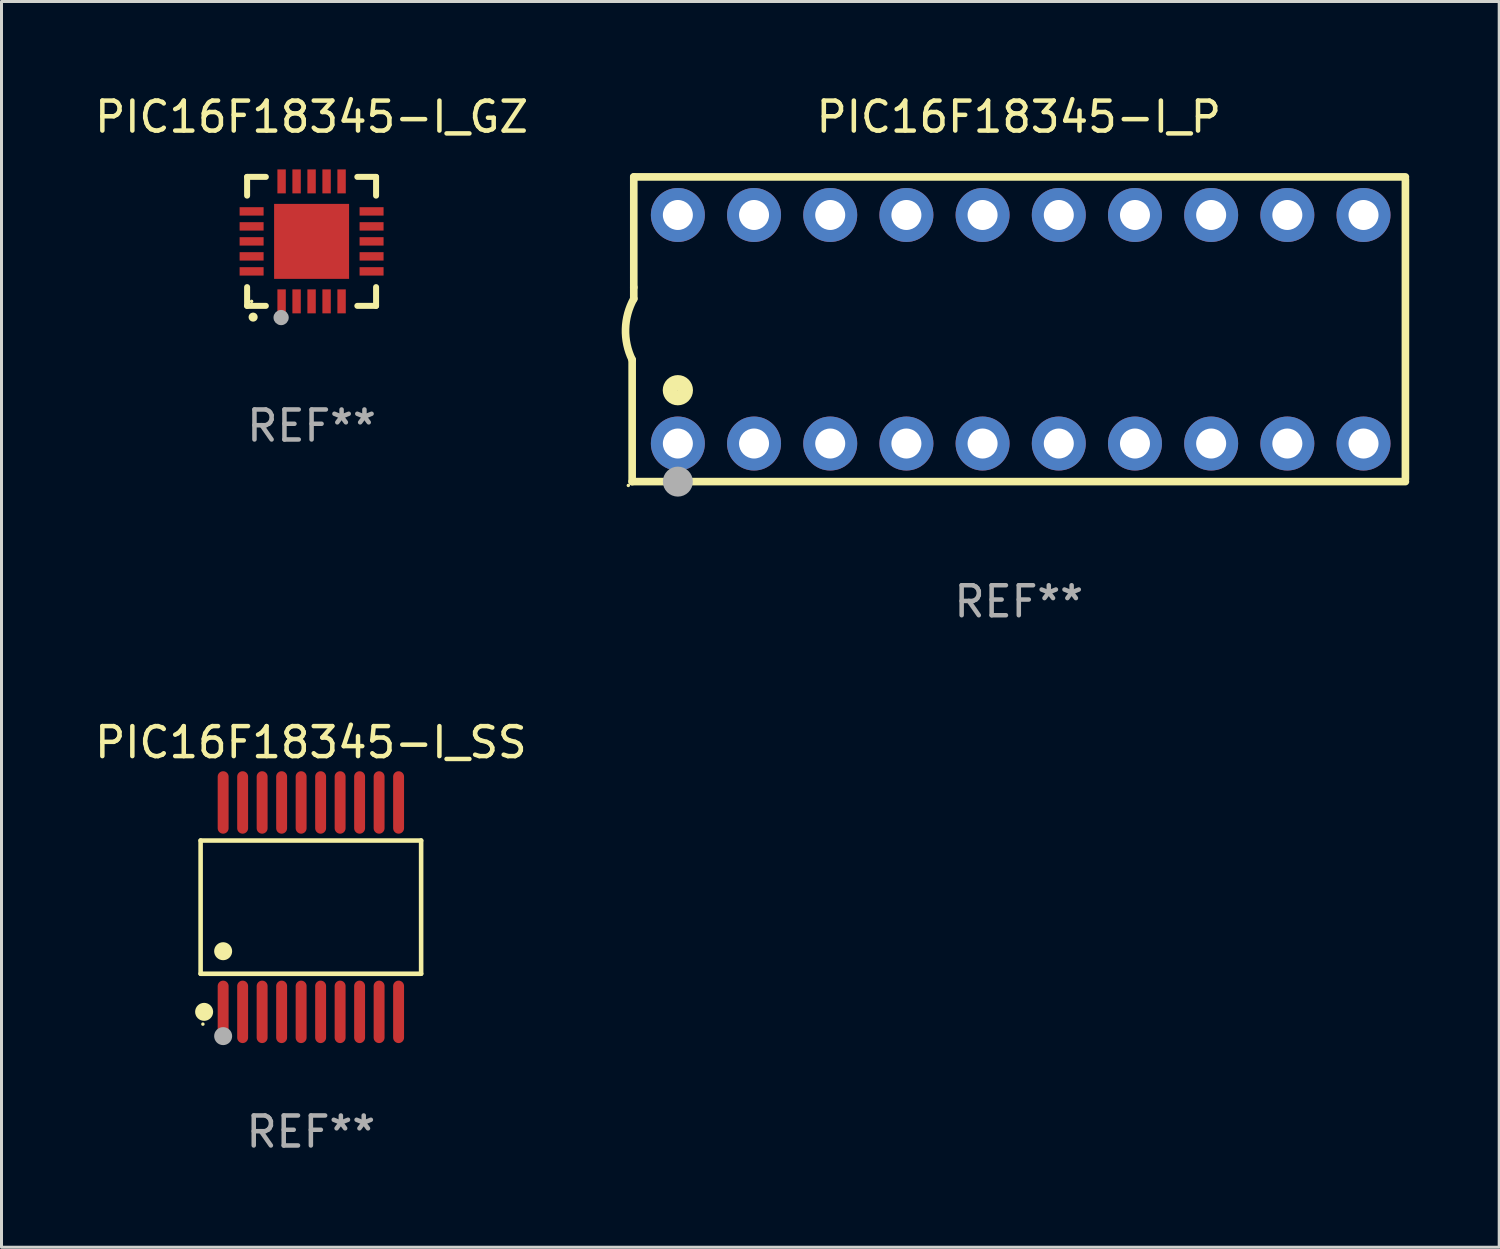
<source format=kicad_pcb>
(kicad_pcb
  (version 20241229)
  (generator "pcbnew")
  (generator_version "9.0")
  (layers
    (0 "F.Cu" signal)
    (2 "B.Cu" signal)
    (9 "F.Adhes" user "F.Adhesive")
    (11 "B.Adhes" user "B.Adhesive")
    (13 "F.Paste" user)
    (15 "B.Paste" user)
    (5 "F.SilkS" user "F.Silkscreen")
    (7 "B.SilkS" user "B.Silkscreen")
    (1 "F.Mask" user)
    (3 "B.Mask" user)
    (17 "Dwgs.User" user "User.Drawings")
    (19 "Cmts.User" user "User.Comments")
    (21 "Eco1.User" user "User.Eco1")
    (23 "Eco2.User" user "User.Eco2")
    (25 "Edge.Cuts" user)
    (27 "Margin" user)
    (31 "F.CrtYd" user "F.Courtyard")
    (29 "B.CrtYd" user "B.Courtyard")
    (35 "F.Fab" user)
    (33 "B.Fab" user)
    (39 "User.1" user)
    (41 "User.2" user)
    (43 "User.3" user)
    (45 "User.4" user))
  (footprint "PIC16F18345-I_GZ"
    (layer "F.Cu")
    (at 7.339 4.998)
    (property "Reference" "PIC16F18345-I_GZ" (at 0 -4.15 0) (layer "F.SilkS") (effects (font (size 1 1) (thickness 0.15))))
    (attr through_hole)
    (fp_line (start -2.15 -2.15) (end -2.15 -1.525) (stroke (width 0.2) (type solid)) (layer "F.SilkS"))
    (fp_line (start -2.15 2.15) (end -2.15 1.525) (stroke (width 0.2) (type solid)) (layer "F.SilkS"))
    (fp_line (start -1.525 -2.15) (end -2.15 -2.15) (stroke (width 0.2) (type solid)) (layer "F.SilkS"))
    (fp_line (start -1.525 2.15) (end -2.15 2.15) (stroke (width 0.2) (type solid)) (layer "F.SilkS"))
    (fp_line (start 1.525 2.15) (end 2.15 2.15) (stroke (width 0.2) (type solid)) (layer "F.SilkS"))
    (fp_line (start 2.15 -2.15) (end 1.525 -2.15) (stroke (width 0.2) (type solid)) (layer "F.SilkS"))
    (fp_line (start 2.15 -1.525) (end 2.15 -2.15) (stroke (width 0.2) (type solid)) (layer "F.SilkS"))
    (fp_line (start 2.15 2.15) (end 2.15 1.525) (stroke (width 0.2) (type solid)) (layer "F.SilkS"))
    (fp_arc (start -1.950724 2.524765) (mid -1.949454 2.52476) (end -1.948184 2.524765) (stroke (width 0.3) (type solid)) (layer "F.SilkS"))
    (fp_circle (center -2 2) (end -1.97 2) (stroke (width 0.06) (type solid)) (fill no) (layer "F.SilkS"))
    (fp_circle (center -1.016 2.54) (end -0.889 2.54) (stroke (width 0.254) (type solid)) (fill no) (layer "F.Fab"))
    (fp_text user "REF**" (at 0 6.15 0) (layer "F.Fab") (effects (font (size 1 1) (thickness 0.15))))
    (pad "1" smd rect (at -1 2) (size 0.28 0.8) (layers "F.Cu" "F.Mask" "F.Paste"))
    (pad "2" smd rect (at -0.5 2) (size 0.28 0.8) (layers "F.Cu" "F.Mask" "F.Paste"))
    (pad "3" smd rect (at 0 2) (size 0.28 0.8) (layers "F.Cu" "F.Mask" "F.Paste"))
    (pad "4" smd rect (at 0.5 2) (size 0.28 0.8) (layers "F.Cu" "F.Mask" "F.Paste"))
    (pad "5" smd rect (at 1 2) (size 0.28 0.8) (layers "F.Cu" "F.Mask" "F.Paste"))
    (pad "6" smd rect (at 2 1) (size 0.8 0.28) (layers "F.Cu" "F.Mask" "F.Paste"))
    (pad "7" smd rect (at 2 0.5) (size 0.8 0.28) (layers "F.Cu" "F.Mask" "F.Paste"))
    (pad "8" smd rect (at 2 0) (size 0.8 0.28) (layers "F.Cu" "F.Mask" "F.Paste"))
    (pad "9" smd rect (at 2 -0.5) (size 0.8 0.28) (layers "F.Cu" "F.Mask" "F.Paste"))
    (pad "10" smd rect (at 2 -1) (size 0.8 0.28) (layers "F.Cu" "F.Mask" "F.Paste"))
    (pad "11" smd rect (at 1 -2) (size 0.28 0.8) (layers "F.Cu" "F.Mask" "F.Paste"))
    (pad "12" smd rect (at 0.5 -2) (size 0.28 0.8) (layers "F.Cu" "F.Mask" "F.Paste"))
    (pad "13" smd rect (at 0 -2) (size 0.28 0.8) (layers "F.Cu" "F.Mask" "F.Paste"))
    (pad "14" smd rect (at -0.5 -2) (size 0.28 0.8) (layers "F.Cu" "F.Mask" "F.Paste"))
    (pad "15" smd rect (at -1 -2) (size 0.28 0.8) (layers "F.Cu" "F.Mask" "F.Paste"))
    (pad "16" smd rect (at -2 -1) (size 0.8 0.28) (layers "F.Cu" "F.Mask" "F.Paste"))
    (pad "17" smd rect (at -2 -0.5) (size 0.8 0.28) (layers "F.Cu" "F.Mask" "F.Paste"))
    (pad "18" smd rect (at -2 0) (size 0.8 0.28) (layers "F.Cu" "F.Mask" "F.Paste"))
    (pad "19" smd rect (at -2 0.5) (size 0.8 0.28) (layers "F.Cu" "F.Mask" "F.Paste"))
    (pad "20" smd rect (at -2 1) (size 0.8 0.28) (layers "F.Cu" "F.Mask" "F.Paste"))
    (pad "21" smd rect (at 0 0) (size 2.5 2.5) (layers "F.Cu" "F.Mask" "F.Paste")))
  (footprint "PIC16F18345-I_P"
    (layer "F.Cu")
    (at 30.918 7.928)
    (property "Reference" "PIC16F18345-I_P" (at 0 -7.08 0) (layer "F.SilkS") (effects (font (size 1 1) (thickness 0.15))))
    (attr through_hole)
    (fp_line (start -12.891 5.08) (end -12.891 1.016) (stroke (width 0.254) (type solid)) (layer "F.SilkS"))
    (fp_line (start -12.891 5.08) (end 12.891 5.08) (stroke (width 0.254) (type solid)) (layer "F.SilkS"))
    (fp_line (start -12.837 -5.08) (end -12.837 -1.397) (stroke (width 0.254) (type solid)) (layer "F.SilkS"))
    (fp_line (start -12.837 -5.08) (end 12.891 -5.08) (stroke (width 0.254) (type solid)) (layer "F.SilkS"))
    (fp_line (start -12.837 -1.397) (end -12.837 -1.016) (stroke (width 0.254) (type solid)) (layer "F.SilkS"))
    (fp_line (start 12.891 -5) (end 12.891 5) (stroke (width 0.254) (type solid)) (layer "F.SilkS"))
    (fp_arc (start -12.890526 1.016002) (mid -13.111945 -0.006602) (end -12.836525 -1.016002) (stroke (width 0.254001) (type solid)) (layer "F.SilkS"))
    (fp_circle (center -13.018 5.207) (end -12.988 5.207) (stroke (width 0.06) (type solid)) (fill no) (layer "F.SilkS"))
    (fp_circle (center -11.367 2.032) (end -11.113 2.032) (stroke (width 0.5) (type solid)) (fill no) (layer "F.SilkS"))
    (fp_circle (center -11.367 5.08) (end -11.117 5.08) (stroke (width 0.5) (type solid)) (fill no) (layer "F.Fab"))
    (fp_text user "REF**" (at 0 9.08 0) (layer "F.Fab") (effects (font (size 1 1) (thickness 0.15))))
    (pad "1" thru_hole circle (at -11.367 3.81) (size 1.8 1.8) (drill 1) (layers "*.Cu" "*.Mask"))
    (pad "2" thru_hole circle (at -8.827 3.81) (size 1.8 1.8) (drill 1) (layers "*.Cu" "*.Mask"))
    (pad "3" thru_hole circle (at -6.287 3.81) (size 1.8 1.8) (drill 1) (layers "*.Cu" "*.Mask"))
    (pad "4" thru_hole circle (at -3.747 3.81) (size 1.8 1.8) (drill 1) (layers "*.Cu" "*.Mask"))
    (pad "5" thru_hole circle (at -1.207 3.81) (size 1.8 1.8) (drill 1) (layers "*.Cu" "*.Mask"))
    (pad "6" thru_hole circle (at 1.334 3.81) (size 1.8 1.8) (drill 1) (layers "*.Cu" "*.Mask"))
    (pad "7" thru_hole circle (at 3.874 3.81) (size 1.8 1.8) (drill 1) (layers "*.Cu" "*.Mask"))
    (pad "8" thru_hole circle (at 6.414 3.81) (size 1.8 1.8) (drill 1) (layers "*.Cu" "*.Mask"))
    (pad "9" thru_hole circle (at 8.954 3.81) (size 1.8 1.8) (drill 1) (layers "*.Cu" "*.Mask"))
    (pad "10" thru_hole circle (at 11.494 3.81) (size 1.8 1.8) (drill 1) (layers "*.Cu" "*.Mask"))
    (pad "11" thru_hole circle (at 11.494 -3.81) (size 1.8 1.8) (drill 1) (layers "*.Cu" "*.Mask"))
    (pad "12" thru_hole circle (at 8.954 -3.81) (size 1.8 1.8) (drill 1) (layers "*.Cu" "*.Mask"))
    (pad "13" thru_hole circle (at 6.414 -3.81) (size 1.8 1.8) (drill 1) (layers "*.Cu" "*.Mask"))
    (pad "14" thru_hole circle (at 3.874 -3.81) (size 1.8 1.8) (drill 1) (layers "*.Cu" "*.Mask"))
    (pad "15" thru_hole circle (at 1.334 -3.81) (size 1.8 1.8) (drill 1) (layers "*.Cu" "*.Mask"))
    (pad "16" thru_hole circle (at -1.207 -3.81) (size 1.8 1.8) (drill 1) (layers "*.Cu" "*.Mask"))
    (pad "17" thru_hole circle (at -3.747 -3.81) (size 1.8 1.8) (drill 1) (layers "*.Cu" "*.Mask"))
    (pad "18" thru_hole circle (at -6.287 -3.81) (size 1.8 1.8) (drill 1) (layers "*.Cu" "*.Mask"))
    (pad "19" thru_hole circle (at -8.827 -3.81) (size 1.8 1.8) (drill 1) (layers "*.Cu" "*.Mask"))
    (pad "20" thru_hole circle (at -11.367 -3.81) (size 1.8 1.8) (drill 1) (layers "*.Cu" "*.Mask")))
  (footprint "PIC16F18345-I_SS"
    (layer "F.Cu")
    (at 7.315 27.196)
    (property "Reference" "PIC16F18345-I_SS" (at 0 -5.491 0) (layer "F.SilkS") (effects (font (size 1 1) (thickness 0.15))))
    (attr through_hole)
    (fp_line (start -3.676 -2.221) (end 3.676 -2.221) (stroke (width 0.152) (type solid)) (layer "F.SilkS"))
    (fp_line (start -3.676 2.221) (end -3.676 -2.221) (stroke (width 0.152) (type solid)) (layer "F.SilkS"))
    (fp_line (start 3.676 -2.221) (end 3.676 2.221) (stroke (width 0.152) (type solid)) (layer "F.SilkS"))
    (fp_line (start 3.676 2.221) (end -3.676 2.221) (stroke (width 0.152) (type solid)) (layer "F.SilkS"))
    (fp_circle (center -3.6 3.9) (end -3.57 3.9) (stroke (width 0.06) (type solid)) (fill no) (layer "F.SilkS"))
    (fp_circle (center -3.559 3.491) (end -3.409 3.491) (stroke (width 0.3) (type solid)) (fill no) (layer "F.SilkS"))
    (fp_circle (center -2.925 1.469) (end -2.775 1.469) (stroke (width 0.3) (type solid)) (fill no) (layer "F.SilkS"))
    (fp_circle (center -2.925 4.3) (end -2.775 4.3) (stroke (width 0.3) (type solid)) (fill no) (layer "F.Fab"))
    (fp_text user "REF**" (at 0 7.491 0) (layer "F.Fab") (effects (font (size 1 1) (thickness 0.15))))
    (pad "1" smd oval (at -2.925 3.491) (size 0.364 2.082) (layers "F.Cu" "F.Mask" "F.Paste"))
    (pad "2" smd oval (at -2.275 3.491) (size 0.364 2.082) (layers "F.Cu" "F.Mask" "F.Paste"))
    (pad "3" smd oval (at -1.625 3.491) (size 0.364 2.082) (layers "F.Cu" "F.Mask" "F.Paste"))
    (pad "4" smd oval (at -0.975 3.491) (size 0.364 2.082) (layers "F.Cu" "F.Mask" "F.Paste"))
    (pad "5" smd oval (at -0.325 3.491) (size 0.364 2.082) (layers "F.Cu" "F.Mask" "F.Paste"))
    (pad "6" smd oval (at 0.325 3.491) (size 0.364 2.082) (layers "F.Cu" "F.Mask" "F.Paste"))
    (pad "7" smd oval (at 0.975 3.491) (size 0.364 2.082) (layers "F.Cu" "F.Mask" "F.Paste"))
    (pad "8" smd oval (at 1.625 3.491) (size 0.364 2.082) (layers "F.Cu" "F.Mask" "F.Paste"))
    (pad "9" smd oval (at 2.275 3.491) (size 0.364 2.082) (layers "F.Cu" "F.Mask" "F.Paste"))
    (pad "10" smd oval (at 2.925 3.491) (size 0.364 2.082) (layers "F.Cu" "F.Mask" "F.Paste"))
    (pad "11" smd oval (at 2.925 -3.491) (size 0.364 2.082) (layers "F.Cu" "F.Mask" "F.Paste"))
    (pad "12" smd oval (at 2.275 -3.491) (size 0.364 2.082) (layers "F.Cu" "F.Mask" "F.Paste"))
    (pad "13" smd oval (at 1.625 -3.491) (size 0.364 2.082) (layers "F.Cu" "F.Mask" "F.Paste"))
    (pad "14" smd oval (at 0.975 -3.491) (size 0.364 2.082) (layers "F.Cu" "F.Mask" "F.Paste"))
    (pad "15" smd oval (at 0.325 -3.491) (size 0.364 2.082) (layers "F.Cu" "F.Mask" "F.Paste"))
    (pad "16" smd oval (at -0.325 -3.491) (size 0.364 2.082) (layers "F.Cu" "F.Mask" "F.Paste"))
    (pad "17" smd oval (at -0.975 -3.491) (size 0.364 2.082) (layers "F.Cu" "F.Mask" "F.Paste"))
    (pad "18" smd oval (at -1.625 -3.491) (size 0.364 2.082) (layers "F.Cu" "F.Mask" "F.Paste"))
    (pad "19" smd oval (at -2.275 -3.491) (size 0.364 2.082) (layers "F.Cu" "F.Mask" "F.Paste"))
    (pad "20" smd oval (at -2.925 -3.491) (size 0.364 2.082) (layers "F.Cu" "F.Mask" "F.Paste")))
  (gr_rect
    (start -3 -3)
    (end 46.936 38.535)
    (stroke (width 0.1) (type default))
    (fill no)
    (layer "Edge.Cuts")))
</source>
